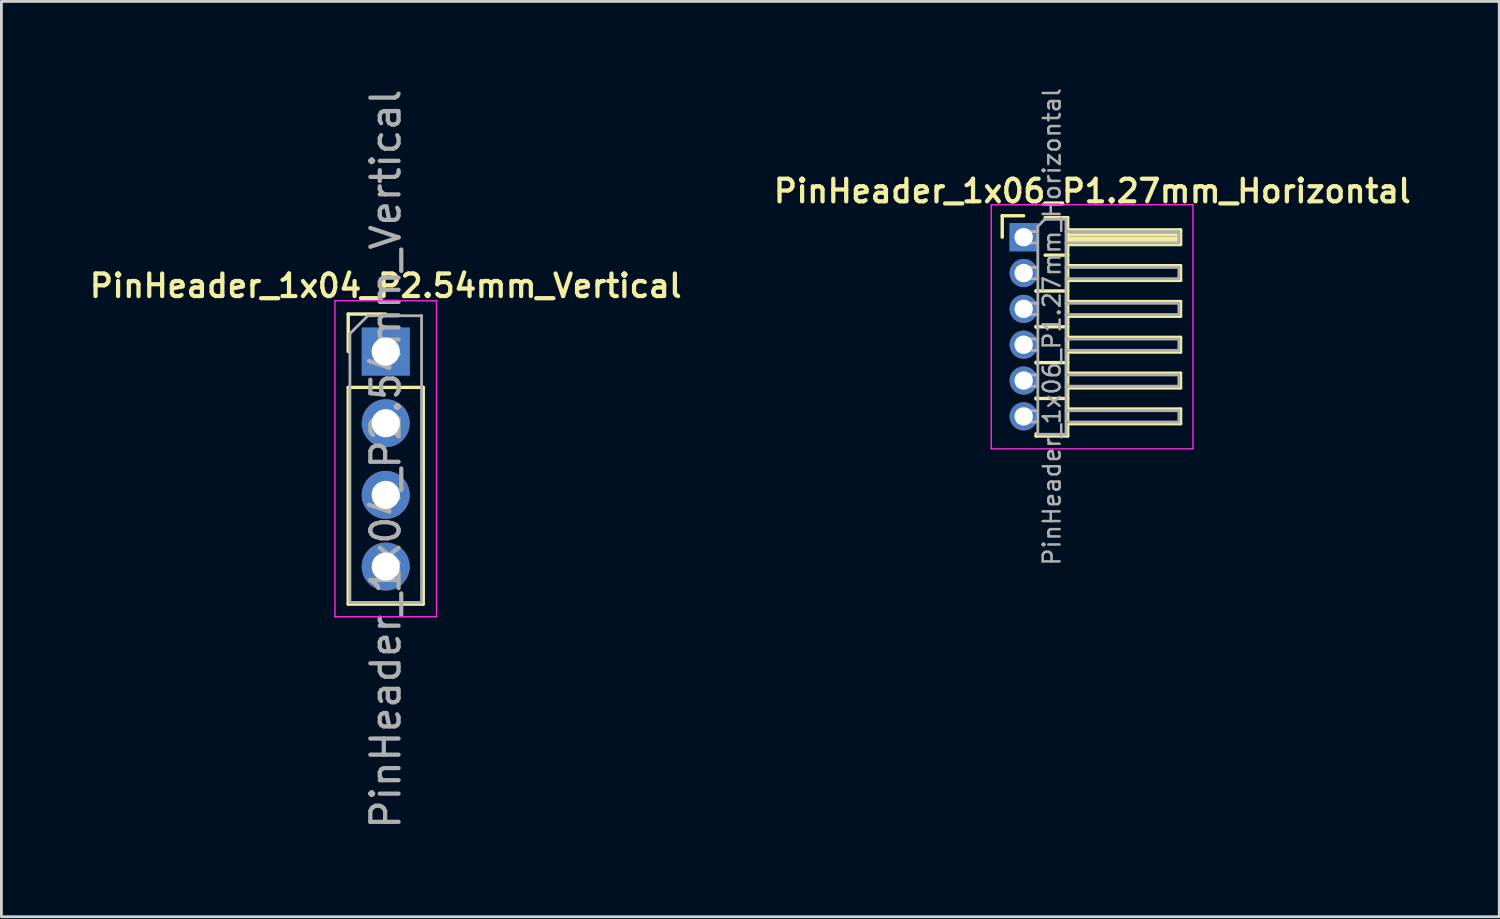
<source format=kicad_pcb>
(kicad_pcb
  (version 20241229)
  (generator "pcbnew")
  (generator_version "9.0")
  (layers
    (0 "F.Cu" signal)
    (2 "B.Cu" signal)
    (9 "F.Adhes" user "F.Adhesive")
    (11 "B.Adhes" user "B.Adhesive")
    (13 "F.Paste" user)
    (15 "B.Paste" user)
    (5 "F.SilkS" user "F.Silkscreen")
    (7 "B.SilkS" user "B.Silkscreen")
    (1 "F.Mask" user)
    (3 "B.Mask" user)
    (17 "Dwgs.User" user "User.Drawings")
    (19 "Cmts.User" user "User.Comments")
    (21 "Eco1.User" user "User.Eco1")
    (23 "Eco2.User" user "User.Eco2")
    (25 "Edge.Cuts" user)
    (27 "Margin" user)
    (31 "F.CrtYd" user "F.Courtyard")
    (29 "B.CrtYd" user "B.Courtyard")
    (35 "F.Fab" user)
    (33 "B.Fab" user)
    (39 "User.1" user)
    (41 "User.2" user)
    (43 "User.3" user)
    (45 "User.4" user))
  (footprint "PinHeader_1x06_P1.27mm_Horizontal"
    (layer "F.Cu")
    (at 33.231 5.357)
    (property "Reference" "PinHeader_1x06_P1.27mm_Horizontal" (at 2.433 -1.635 180) (layer "F.SilkS") (effects (font (size 0.8 0.8) (thickness 0.15))))
    (attr through_hole)
    (fp_line (start -0.76 -0.76) (end 0 -0.76) (stroke (width 0.12) (type solid)) (layer "F.SilkS"))
    (fp_line (start -0.76 0) (end -0.76 -0.76) (stroke (width 0.12) (type solid)) (layer "F.SilkS"))
    (fp_line (start 0.44 1.89) (end 0.44 1.92) (stroke (width 0.12) (type solid)) (layer "F.SilkS"))
    (fp_line (start 0.44 1.905) (end 1.56 1.905) (stroke (width 0.12) (type solid)) (layer "F.SilkS"))
    (fp_line (start 0.44 3.16) (end 0.44 3.19) (stroke (width 0.12) (type solid)) (layer "F.SilkS"))
    (fp_line (start 0.44 3.175) (end 1.56 3.175) (stroke (width 0.12) (type solid)) (layer "F.SilkS"))
    (fp_line (start 0.44 4.43) (end 0.44 4.46) (stroke (width 0.12) (type solid)) (layer "F.SilkS"))
    (fp_line (start 0.44 4.445) (end 1.56 4.445) (stroke (width 0.12) (type solid)) (layer "F.SilkS"))
    (fp_line (start 0.44 5.7) (end 0.44 5.73) (stroke (width 0.12) (type solid)) (layer "F.SilkS"))
    (fp_line (start 0.44 5.715) (end 1.56 5.715) (stroke (width 0.12) (type solid)) (layer "F.SilkS"))
    (fp_line (start 0.44 7.045) (end 0.44 6.97) (stroke (width 0.12) (type solid)) (layer "F.SilkS"))
    (fp_line (start 0.76 -0.695) (end 1.56 -0.695) (stroke (width 0.12) (type solid)) (layer "F.SilkS"))
    (fp_line (start 0.76 0.635) (end 1.56 0.635) (stroke (width 0.12) (type solid)) (layer "F.SilkS"))
    (fp_line (start 1.56 -0.695) (end 1.56 7.045) (stroke (width 0.12) (type solid)) (layer "F.SilkS"))
    (fp_line (start 1.56 -0.26) (end 5.56 -0.26) (stroke (width 0.12) (type solid)) (layer "F.SilkS"))
    (fp_line (start 1.56 -0.2) (end 5.56 -0.2) (stroke (width 0.12) (type solid)) (layer "F.SilkS"))
    (fp_line (start 1.56 -0.08) (end 5.56 -0.08) (stroke (width 0.12) (type solid)) (layer "F.SilkS"))
    (fp_line (start 1.56 0.04) (end 5.56 0.04) (stroke (width 0.12) (type solid)) (layer "F.SilkS"))
    (fp_line (start 1.56 0.16) (end 5.56 0.16) (stroke (width 0.12) (type solid)) (layer "F.SilkS"))
    (fp_line (start 1.56 1.01) (end 5.56 1.01) (stroke (width 0.12) (type solid)) (layer "F.SilkS"))
    (fp_line (start 1.56 2.28) (end 5.56 2.28) (stroke (width 0.12) (type solid)) (layer "F.SilkS"))
    (fp_line (start 1.56 3.55) (end 5.56 3.55) (stroke (width 0.12) (type solid)) (layer "F.SilkS"))
    (fp_line (start 1.56 4.82) (end 5.56 4.82) (stroke (width 0.12) (type solid)) (layer "F.SilkS"))
    (fp_line (start 1.56 6.09) (end 5.56 6.09) (stroke (width 0.12) (type solid)) (layer "F.SilkS"))
    (fp_line (start 1.56 7.045) (end 0.44 7.045) (stroke (width 0.12) (type solid)) (layer "F.SilkS"))
    (fp_line (start 5.56 -0.26) (end 5.56 0.26) (stroke (width 0.12) (type solid)) (layer "F.SilkS"))
    (fp_line (start 5.56 0.26) (end 1.56 0.26) (stroke (width 0.12) (type solid)) (layer "F.SilkS"))
    (fp_line (start 5.56 1.01) (end 5.56 1.53) (stroke (width 0.12) (type solid)) (layer "F.SilkS"))
    (fp_line (start 5.56 1.53) (end 1.56 1.53) (stroke (width 0.12) (type solid)) (layer "F.SilkS"))
    (fp_line (start 5.56 2.28) (end 5.56 2.8) (stroke (width 0.12) (type solid)) (layer "F.SilkS"))
    (fp_line (start 5.56 2.8) (end 1.56 2.8) (stroke (width 0.12) (type solid)) (layer "F.SilkS"))
    (fp_line (start 5.56 3.55) (end 5.56 4.07) (stroke (width 0.12) (type solid)) (layer "F.SilkS"))
    (fp_line (start 5.56 4.07) (end 1.56 4.07) (stroke (width 0.12) (type solid)) (layer "F.SilkS"))
    (fp_line (start 5.56 4.82) (end 5.56 5.34) (stroke (width 0.12) (type solid)) (layer "F.SilkS"))
    (fp_line (start 5.56 5.34) (end 1.56 5.34) (stroke (width 0.12) (type solid)) (layer "F.SilkS"))
    (fp_line (start 5.56 6.09) (end 5.56 6.61) (stroke (width 0.12) (type solid)) (layer "F.SilkS"))
    (fp_line (start 5.56 6.61) (end 1.56 6.61) (stroke (width 0.12) (type solid)) (layer "F.SilkS"))
    (fp_line (start -1.15 -1.15) (end -1.15 7.5) (stroke (width 0.05) (type solid)) (layer "F.CrtYd"))
    (fp_line (start -1.15 7.5) (end 6 7.5) (stroke (width 0.05) (type solid)) (layer "F.CrtYd"))
    (fp_line (start 6 -1.15) (end -1.15 -1.15) (stroke (width 0.05) (type solid)) (layer "F.CrtYd"))
    (fp_line (start 6 7.5) (end 6 -1.15) (stroke (width 0.05) (type solid)) (layer "F.CrtYd"))
    (fp_line (start -0.2 -0.2) (end -0.2 0.2) (stroke (width 0.1) (type solid)) (layer "F.Fab"))
    (fp_line (start -0.2 -0.2) (end 0.5 -0.2) (stroke (width 0.1) (type solid)) (layer "F.Fab"))
    (fp_line (start -0.2 0.2) (end 0.5 0.2) (stroke (width 0.1) (type solid)) (layer "F.Fab"))
    (fp_line (start -0.2 1.07) (end -0.2 1.47) (stroke (width 0.1) (type solid)) (layer "F.Fab"))
    (fp_line (start -0.2 1.07) (end 0.5 1.07) (stroke (width 0.1) (type solid)) (layer "F.Fab"))
    (fp_line (start -0.2 1.47) (end 0.5 1.47) (stroke (width 0.1) (type solid)) (layer "F.Fab"))
    (fp_line (start -0.2 2.34) (end -0.2 2.74) (stroke (width 0.1) (type solid)) (layer "F.Fab"))
    (fp_line (start -0.2 2.34) (end 0.5 2.34) (stroke (width 0.1) (type solid)) (layer "F.Fab"))
    (fp_line (start -0.2 2.74) (end 0.5 2.74) (stroke (width 0.1) (type solid)) (layer "F.Fab"))
    (fp_line (start -0.2 3.61) (end -0.2 4.01) (stroke (width 0.1) (type solid)) (layer "F.Fab"))
    (fp_line (start -0.2 3.61) (end 0.5 3.61) (stroke (width 0.1) (type solid)) (layer "F.Fab"))
    (fp_line (start -0.2 4.01) (end 0.5 4.01) (stroke (width 0.1) (type solid)) (layer "F.Fab"))
    (fp_line (start -0.2 4.88) (end -0.2 5.28) (stroke (width 0.1) (type solid)) (layer "F.Fab"))
    (fp_line (start -0.2 4.88) (end 0.5 4.88) (stroke (width 0.1) (type solid)) (layer "F.Fab"))
    (fp_line (start -0.2 5.28) (end 0.5 5.28) (stroke (width 0.1) (type solid)) (layer "F.Fab"))
    (fp_line (start -0.2 6.15) (end -0.2 6.55) (stroke (width 0.1) (type solid)) (layer "F.Fab"))
    (fp_line (start -0.2 6.15) (end 0.5 6.15) (stroke (width 0.1) (type solid)) (layer "F.Fab"))
    (fp_line (start -0.2 6.55) (end 0.5 6.55) (stroke (width 0.1) (type solid)) (layer "F.Fab"))
    (fp_line (start 0.5 -0.385) (end 0.75 -0.635) (stroke (width 0.1) (type solid)) (layer "F.Fab"))
    (fp_line (start 0.5 6.985) (end 0.5 -0.385) (stroke (width 0.1) (type solid)) (layer "F.Fab"))
    (fp_line (start 0.75 -0.635) (end 1.5 -0.635) (stroke (width 0.1) (type solid)) (layer "F.Fab"))
    (fp_line (start 1.5 -0.635) (end 1.5 6.985) (stroke (width 0.1) (type solid)) (layer "F.Fab"))
    (fp_line (start 1.5 -0.2) (end 5.5 -0.2) (stroke (width 0.1) (type solid)) (layer "F.Fab"))
    (fp_line (start 1.5 0.2) (end 5.5 0.2) (stroke (width 0.1) (type solid)) (layer "F.Fab"))
    (fp_line (start 1.5 1.07) (end 5.5 1.07) (stroke (width 0.1) (type solid)) (layer "F.Fab"))
    (fp_line (start 1.5 1.47) (end 5.5 1.47) (stroke (width 0.1) (type solid)) (layer "F.Fab"))
    (fp_line (start 1.5 2.34) (end 5.5 2.34) (stroke (width 0.1) (type solid)) (layer "F.Fab"))
    (fp_line (start 1.5 2.74) (end 5.5 2.74) (stroke (width 0.1) (type solid)) (layer "F.Fab"))
    (fp_line (start 1.5 3.61) (end 5.5 3.61) (stroke (width 0.1) (type solid)) (layer "F.Fab"))
    (fp_line (start 1.5 4.01) (end 5.5 4.01) (stroke (width 0.1) (type solid)) (layer "F.Fab"))
    (fp_line (start 1.5 4.88) (end 5.5 4.88) (stroke (width 0.1) (type solid)) (layer "F.Fab"))
    (fp_line (start 1.5 5.28) (end 5.5 5.28) (stroke (width 0.1) (type solid)) (layer "F.Fab"))
    (fp_line (start 1.5 6.15) (end 5.5 6.15) (stroke (width 0.1) (type solid)) (layer "F.Fab"))
    (fp_line (start 1.5 6.55) (end 5.5 6.55) (stroke (width 0.1) (type solid)) (layer "F.Fab"))
    (fp_line (start 1.5 6.985) (end 0.5 6.985) (stroke (width 0.1) (type solid)) (layer "F.Fab"))
    (fp_line (start 5.5 -0.2) (end 5.5 0.2) (stroke (width 0.1) (type solid)) (layer "F.Fab"))
    (fp_line (start 5.5 1.07) (end 5.5 1.47) (stroke (width 0.1) (type solid)) (layer "F.Fab"))
    (fp_line (start 5.5 2.34) (end 5.5 2.74) (stroke (width 0.1) (type solid)) (layer "F.Fab"))
    (fp_line (start 5.5 3.61) (end 5.5 4.01) (stroke (width 0.1) (type solid)) (layer "F.Fab"))
    (fp_line (start 5.5 4.88) (end 5.5 5.28) (stroke (width 0.1) (type solid)) (layer "F.Fab"))
    (fp_line (start 5.5 6.15) (end 5.5 6.55) (stroke (width 0.1) (type solid)) (layer "F.Fab"))
    (fp_text user "${REFERENCE}" (at 1 3.175 270) (layer "F.Fab") (effects (font (size 0.6 0.6) (thickness 0.09))))
    (pad "1" thru_hole rect (at 0 0) (size 1 1) (drill 0.65) (layers "*.Cu" "*.Mask"))
    (pad "2" thru_hole oval (at 0 1.27) (size 1 1) (drill 0.65) (layers "*.Cu" "*.Mask"))
    (pad "3" thru_hole oval (at 0 2.54) (size 1 1) (drill 0.65) (layers "*.Cu" "*.Mask"))
    (pad "4" thru_hole oval (at 0 3.81) (size 1 1) (drill 0.65) (layers "*.Cu" "*.Mask"))
    (pad "5" thru_hole oval (at 0 5.08) (size 1 1) (drill 0.65) (layers "*.Cu" "*.Mask"))
    (pad "6" thru_hole oval (at 0 6.35) (size 1 1) (drill 0.65) (layers "*.Cu" "*.Mask")))
  (footprint "PinHeader_1x04_P2.54mm_Vertical"
    (layer "F.Cu")
    (at 10.621 9.41)
    (property "Reference" "PinHeader_1x04_P2.54mm_Vertical" (at 0 -2.33 180) (layer "F.SilkS") (effects (font (size 0.8 0.8) (thickness 0.15))))
    (attr through_hole)
    (fp_line (start -1.33 -1.33) (end 0 -1.33) (stroke (width 0.12) (type solid)) (layer "F.SilkS"))
    (fp_line (start -1.33 0) (end -1.33 -1.33) (stroke (width 0.12) (type solid)) (layer "F.SilkS"))
    (fp_line (start -1.33 1.27) (end -1.33 8.95) (stroke (width 0.12) (type solid)) (layer "F.SilkS"))
    (fp_line (start -1.33 1.27) (end 1.33 1.27) (stroke (width 0.12) (type solid)) (layer "F.SilkS"))
    (fp_line (start -1.33 8.95) (end 1.33 8.95) (stroke (width 0.12) (type solid)) (layer "F.SilkS"))
    (fp_line (start 1.33 1.27) (end 1.33 8.95) (stroke (width 0.12) (type solid)) (layer "F.SilkS"))
    (fp_line (start -1.8 -1.8) (end -1.8 9.4) (stroke (width 0.05) (type solid)) (layer "F.CrtYd"))
    (fp_line (start -1.8 9.4) (end 1.8 9.4) (stroke (width 0.05) (type solid)) (layer "F.CrtYd"))
    (fp_line (start 1.8 -1.8) (end -1.8 -1.8) (stroke (width 0.05) (type solid)) (layer "F.CrtYd"))
    (fp_line (start 1.8 9.4) (end 1.8 -1.8) (stroke (width 0.05) (type solid)) (layer "F.CrtYd"))
    (fp_line (start -1.27 -0.635) (end -0.635 -1.27) (stroke (width 0.1) (type solid)) (layer "F.Fab"))
    (fp_line (start -1.27 8.89) (end -1.27 -0.635) (stroke (width 0.1) (type solid)) (layer "F.Fab"))
    (fp_line (start -0.635 -1.27) (end 1.27 -1.27) (stroke (width 0.1) (type solid)) (layer "F.Fab"))
    (fp_line (start 1.27 -1.27) (end 1.27 8.89) (stroke (width 0.1) (type solid)) (layer "F.Fab"))
    (fp_line (start 1.27 8.89) (end -1.27 8.89) (stroke (width 0.1) (type solid)) (layer "F.Fab"))
    (fp_text user "${REFERENCE}" (at 0 3.81 270) (layer "F.Fab") (effects (font (size 1 1) (thickness 0.15))))
    (pad "1" thru_hole rect (at 0 0) (size 1.7 1.7) (drill 1) (layers "*.Cu" "*.Mask"))
    (pad "2" thru_hole oval (at 0 2.54) (size 1.7 1.7) (drill 1) (layers "*.Cu" "*.Mask"))
    (pad "3" thru_hole oval (at 0 5.08) (size 1.7 1.7) (drill 1) (layers "*.Cu" "*.Mask"))
    (pad "4" thru_hole oval (at 0 7.62) (size 1.7 1.7) (drill 1) (layers "*.Cu" "*.Mask")))
  (gr_rect
    (start -3 -3)
    (end 50.085 29.44)
    (stroke (width 0.1) (type default))
    (fill no)
    (layer "Edge.Cuts")))
</source>
